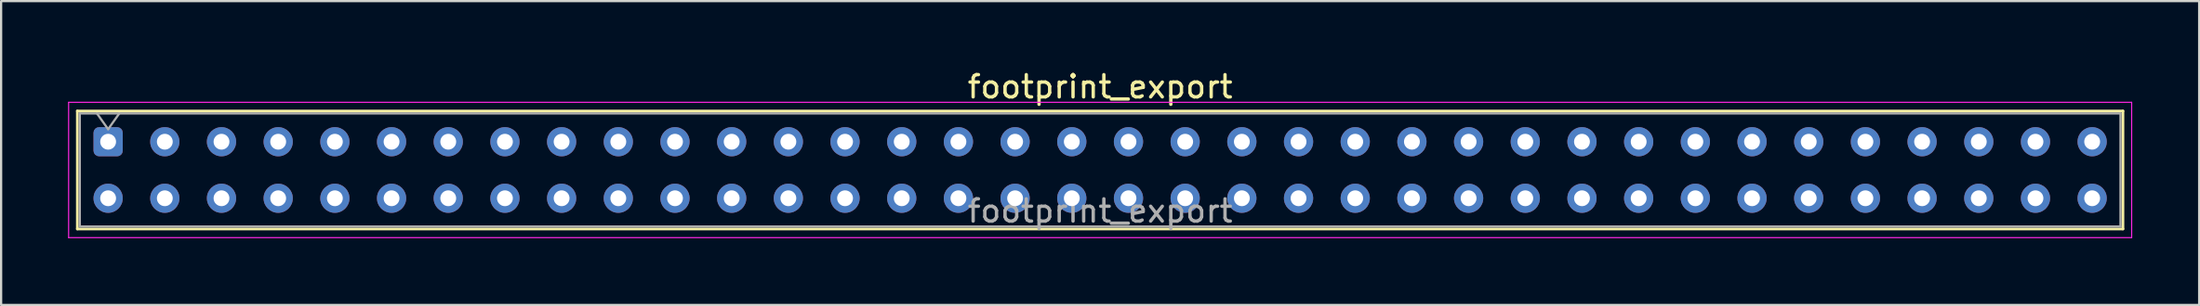
<source format=kicad_pcb>
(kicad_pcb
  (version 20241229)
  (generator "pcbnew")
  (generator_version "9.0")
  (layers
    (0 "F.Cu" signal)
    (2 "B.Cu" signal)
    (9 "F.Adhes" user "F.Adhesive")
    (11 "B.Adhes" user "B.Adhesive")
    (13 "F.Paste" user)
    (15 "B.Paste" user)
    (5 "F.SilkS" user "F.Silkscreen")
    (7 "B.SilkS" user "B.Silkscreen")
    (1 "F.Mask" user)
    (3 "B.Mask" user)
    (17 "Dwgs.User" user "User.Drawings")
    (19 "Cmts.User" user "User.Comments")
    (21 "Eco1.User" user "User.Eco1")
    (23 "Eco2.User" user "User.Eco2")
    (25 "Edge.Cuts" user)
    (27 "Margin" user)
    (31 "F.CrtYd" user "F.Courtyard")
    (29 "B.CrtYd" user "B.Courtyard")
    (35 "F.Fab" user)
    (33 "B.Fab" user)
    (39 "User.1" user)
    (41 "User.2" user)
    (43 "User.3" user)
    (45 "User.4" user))
  (footprint "footprint_export"
    (layer "F.Cu")
    (at 1.795 3.318)
    (property "Reference" "footprint_export" (at 44.45 -2.47 0) (layer "F.SilkS") (effects (font (size 1 1) (thickness 0.15))))
    (attr through_hole)
    (fp_line (start -1.38 -1.38) (end 90.28 -1.38) (stroke (width 0.12) (type solid)) (layer "F.SilkS"))
    (fp_line (start -1.38 3.92) (end -1.38 -1.38) (stroke (width 0.12) (type solid)) (layer "F.SilkS"))
    (fp_line (start 90.28 -1.38) (end 90.28 3.92) (stroke (width 0.12) (type solid)) (layer "F.SilkS"))
    (fp_line (start 90.28 3.92) (end -1.38 3.92) (stroke (width 0.12) (type solid)) (layer "F.SilkS"))
    (fp_line (start -1.77 -1.77) (end 90.67 -1.77) (stroke (width 0.05) (type solid)) (layer "F.CrtYd"))
    (fp_line (start -1.77 4.31) (end -1.77 -1.77) (stroke (width 0.05) (type solid)) (layer "F.CrtYd"))
    (fp_line (start 90.67 -1.77) (end 90.67 4.31) (stroke (width 0.05) (type solid)) (layer "F.CrtYd"))
    (fp_line (start 90.67 4.31) (end -1.77 4.31) (stroke (width 0.05) (type solid)) (layer "F.CrtYd"))
    (fp_line (start -1.27 -1.27) (end 90.17 -1.27) (stroke (width 0.1) (type solid)) (layer "F.Fab"))
    (fp_line (start -1.27 3.81) (end -1.27 -1.27) (stroke (width 0.1) (type solid)) (layer "F.Fab"))
    (fp_line (start -0.5 -1.27) (end 0 -0.563) (stroke (width 0.1) (type solid)) (layer "F.Fab"))
    (fp_line (start 0 -0.563) (end 0.5 -1.27) (stroke (width 0.1) (type solid)) (layer "F.Fab"))
    (fp_line (start 90.17 -1.27) (end 90.17 3.81) (stroke (width 0.1) (type solid)) (layer "F.Fab"))
    (fp_line (start 90.17 3.81) (end -1.27 3.81) (stroke (width 0.1) (type solid)) (layer "F.Fab"))
    (fp_text user "${REFERENCE}" (at 44.45 3.11 0) (layer "F.Fab") (effects (font (size 1 1) (thickness 0.15))))
    (pad "1" thru_hole roundrect (at 0 0) (size 1.31 1.31) (drill 0.71) (layers "*.Cu" "*.Mask") (roundrect_rratio 0.191))
    (pad "2" thru_hole circle (at 0 2.54) (size 1.31 1.31) (drill 0.71) (layers "*.Cu" "*.Mask"))
    (pad "3" thru_hole circle (at 2.54 0) (size 1.31 1.31) (drill 0.71) (layers "*.Cu" "*.Mask"))
    (pad "4" thru_hole circle (at 2.54 2.54) (size 1.31 1.31) (drill 0.71) (layers "*.Cu" "*.Mask"))
    (pad "5" thru_hole circle (at 5.08 0) (size 1.31 1.31) (drill 0.71) (layers "*.Cu" "*.Mask"))
    (pad "6" thru_hole circle (at 5.08 2.54) (size 1.31 1.31) (drill 0.71) (layers "*.Cu" "*.Mask"))
    (pad "7" thru_hole circle (at 7.62 0) (size 1.31 1.31) (drill 0.71) (layers "*.Cu" "*.Mask"))
    (pad "8" thru_hole circle (at 7.62 2.54) (size 1.31 1.31) (drill 0.71) (layers "*.Cu" "*.Mask"))
    (pad "9" thru_hole circle (at 10.16 0) (size 1.31 1.31) (drill 0.71) (layers "*.Cu" "*.Mask"))
    (pad "10" thru_hole circle (at 10.16 2.54) (size 1.31 1.31) (drill 0.71) (layers "*.Cu" "*.Mask"))
    (pad "11" thru_hole circle (at 12.7 0) (size 1.31 1.31) (drill 0.71) (layers "*.Cu" "*.Mask"))
    (pad "12" thru_hole circle (at 12.7 2.54) (size 1.31 1.31) (drill 0.71) (layers "*.Cu" "*.Mask"))
    (pad "13" thru_hole circle (at 15.24 0) (size 1.31 1.31) (drill 0.71) (layers "*.Cu" "*.Mask"))
    (pad "14" thru_hole circle (at 15.24 2.54) (size 1.31 1.31) (drill 0.71) (layers "*.Cu" "*.Mask"))
    (pad "15" thru_hole circle (at 17.78 0) (size 1.31 1.31) (drill 0.71) (layers "*.Cu" "*.Mask"))
    (pad "16" thru_hole circle (at 17.78 2.54) (size 1.31 1.31) (drill 0.71) (layers "*.Cu" "*.Mask"))
    (pad "17" thru_hole circle (at 20.32 0) (size 1.31 1.31) (drill 0.71) (layers "*.Cu" "*.Mask"))
    (pad "18" thru_hole circle (at 20.32 2.54) (size 1.31 1.31) (drill 0.71) (layers "*.Cu" "*.Mask"))
    (pad "19" thru_hole circle (at 22.86 0) (size 1.31 1.31) (drill 0.71) (layers "*.Cu" "*.Mask"))
    (pad "20" thru_hole circle (at 22.86 2.54) (size 1.31 1.31) (drill 0.71) (layers "*.Cu" "*.Mask"))
    (pad "21" thru_hole circle (at 25.4 0) (size 1.31 1.31) (drill 0.71) (layers "*.Cu" "*.Mask"))
    (pad "22" thru_hole circle (at 25.4 2.54) (size 1.31 1.31) (drill 0.71) (layers "*.Cu" "*.Mask"))
    (pad "23" thru_hole circle (at 27.94 0) (size 1.31 1.31) (drill 0.71) (layers "*.Cu" "*.Mask"))
    (pad "24" thru_hole circle (at 27.94 2.54) (size 1.31 1.31) (drill 0.71) (layers "*.Cu" "*.Mask"))
    (pad "25" thru_hole circle (at 30.48 0) (size 1.31 1.31) (drill 0.71) (layers "*.Cu" "*.Mask"))
    (pad "26" thru_hole circle (at 30.48 2.54) (size 1.31 1.31) (drill 0.71) (layers "*.Cu" "*.Mask"))
    (pad "27" thru_hole circle (at 33.02 0) (size 1.31 1.31) (drill 0.71) (layers "*.Cu" "*.Mask"))
    (pad "28" thru_hole circle (at 33.02 2.54) (size 1.31 1.31) (drill 0.71) (layers "*.Cu" "*.Mask"))
    (pad "29" thru_hole circle (at 35.56 0) (size 1.31 1.31) (drill 0.71) (layers "*.Cu" "*.Mask"))
    (pad "30" thru_hole circle (at 35.56 2.54) (size 1.31 1.31) (drill 0.71) (layers "*.Cu" "*.Mask"))
    (pad "31" thru_hole circle (at 38.1 0) (size 1.31 1.31) (drill 0.71) (layers "*.Cu" "*.Mask"))
    (pad "32" thru_hole circle (at 38.1 2.54) (size 1.31 1.31) (drill 0.71) (layers "*.Cu" "*.Mask"))
    (pad "33" thru_hole circle (at 40.64 0) (size 1.31 1.31) (drill 0.71) (layers "*.Cu" "*.Mask"))
    (pad "34" thru_hole circle (at 40.64 2.54) (size 1.31 1.31) (drill 0.71) (layers "*.Cu" "*.Mask"))
    (pad "35" thru_hole circle (at 43.18 0) (size 1.31 1.31) (drill 0.71) (layers "*.Cu" "*.Mask"))
    (pad "36" thru_hole circle (at 43.18 2.54) (size 1.31 1.31) (drill 0.71) (layers "*.Cu" "*.Mask"))
    (pad "37" thru_hole circle (at 45.72 0) (size 1.31 1.31) (drill 0.71) (layers "*.Cu" "*.Mask"))
    (pad "38" thru_hole circle (at 45.72 2.54) (size 1.31 1.31) (drill 0.71) (layers "*.Cu" "*.Mask"))
    (pad "39" thru_hole circle (at 48.26 0) (size 1.31 1.31) (drill 0.71) (layers "*.Cu" "*.Mask"))
    (pad "40" thru_hole circle (at 48.26 2.54) (size 1.31 1.31) (drill 0.71) (layers "*.Cu" "*.Mask"))
    (pad "41" thru_hole circle (at 50.8 0) (size 1.31 1.31) (drill 0.71) (layers "*.Cu" "*.Mask"))
    (pad "42" thru_hole circle (at 50.8 2.54) (size 1.31 1.31) (drill 0.71) (layers "*.Cu" "*.Mask"))
    (pad "43" thru_hole circle (at 53.34 0) (size 1.31 1.31) (drill 0.71) (layers "*.Cu" "*.Mask"))
    (pad "44" thru_hole circle (at 53.34 2.54) (size 1.31 1.31) (drill 0.71) (layers "*.Cu" "*.Mask"))
    (pad "45" thru_hole circle (at 55.88 0) (size 1.31 1.31) (drill 0.71) (layers "*.Cu" "*.Mask"))
    (pad "46" thru_hole circle (at 55.88 2.54) (size 1.31 1.31) (drill 0.71) (layers "*.Cu" "*.Mask"))
    (pad "47" thru_hole circle (at 58.42 0) (size 1.31 1.31) (drill 0.71) (layers "*.Cu" "*.Mask"))
    (pad "48" thru_hole circle (at 58.42 2.54) (size 1.31 1.31) (drill 0.71) (layers "*.Cu" "*.Mask"))
    (pad "49" thru_hole circle (at 60.96 0) (size 1.31 1.31) (drill 0.71) (layers "*.Cu" "*.Mask"))
    (pad "50" thru_hole circle (at 60.96 2.54) (size 1.31 1.31) (drill 0.71) (layers "*.Cu" "*.Mask"))
    (pad "51" thru_hole circle (at 63.5 0) (size 1.31 1.31) (drill 0.71) (layers "*.Cu" "*.Mask"))
    (pad "52" thru_hole circle (at 63.5 2.54) (size 1.31 1.31) (drill 0.71) (layers "*.Cu" "*.Mask"))
    (pad "53" thru_hole circle (at 66.04 0) (size 1.31 1.31) (drill 0.71) (layers "*.Cu" "*.Mask"))
    (pad "54" thru_hole circle (at 66.04 2.54) (size 1.31 1.31) (drill 0.71) (layers "*.Cu" "*.Mask"))
    (pad "55" thru_hole circle (at 68.58 0) (size 1.31 1.31) (drill 0.71) (layers "*.Cu" "*.Mask"))
    (pad "56" thru_hole circle (at 68.58 2.54) (size 1.31 1.31) (drill 0.71) (layers "*.Cu" "*.Mask"))
    (pad "57" thru_hole circle (at 71.12 0) (size 1.31 1.31) (drill 0.71) (layers "*.Cu" "*.Mask"))
    (pad "58" thru_hole circle (at 71.12 2.54) (size 1.31 1.31) (drill 0.71) (layers "*.Cu" "*.Mask"))
    (pad "59" thru_hole circle (at 73.66 0) (size 1.31 1.31) (drill 0.71) (layers "*.Cu" "*.Mask"))
    (pad "60" thru_hole circle (at 73.66 2.54) (size 1.31 1.31) (drill 0.71) (layers "*.Cu" "*.Mask"))
    (pad "61" thru_hole circle (at 76.2 0) (size 1.31 1.31) (drill 0.71) (layers "*.Cu" "*.Mask"))
    (pad "62" thru_hole circle (at 76.2 2.54) (size 1.31 1.31) (drill 0.71) (layers "*.Cu" "*.Mask"))
    (pad "63" thru_hole circle (at 78.74 0) (size 1.31 1.31) (drill 0.71) (layers "*.Cu" "*.Mask"))
    (pad "64" thru_hole circle (at 78.74 2.54) (size 1.31 1.31) (drill 0.71) (layers "*.Cu" "*.Mask"))
    (pad "65" thru_hole circle (at 81.28 0) (size 1.31 1.31) (drill 0.71) (layers "*.Cu" "*.Mask"))
    (pad "66" thru_hole circle (at 81.28 2.54) (size 1.31 1.31) (drill 0.71) (layers "*.Cu" "*.Mask"))
    (pad "67" thru_hole circle (at 83.82 0) (size 1.31 1.31) (drill 0.71) (layers "*.Cu" "*.Mask"))
    (pad "68" thru_hole circle (at 83.82 2.54) (size 1.31 1.31) (drill 0.71) (layers "*.Cu" "*.Mask"))
    (pad "69" thru_hole circle (at 86.36 0) (size 1.31 1.31) (drill 0.71) (layers "*.Cu" "*.Mask"))
    (pad "70" thru_hole circle (at 86.36 2.54) (size 1.31 1.31) (drill 0.71) (layers "*.Cu" "*.Mask"))
    (pad "71" thru_hole circle (at 88.9 0) (size 1.31 1.31) (drill 0.71) (layers "*.Cu" "*.Mask"))
    (pad "72" thru_hole circle (at 88.9 2.54) (size 1.31 1.31) (drill 0.71) (layers "*.Cu" "*.Mask")))
  (gr_rect
    (start -3 -3)
    (end 95.49 10.653)
    (stroke (width 0.1) (type default))
    (fill no)
    (layer "Edge.Cuts")))
</source>
